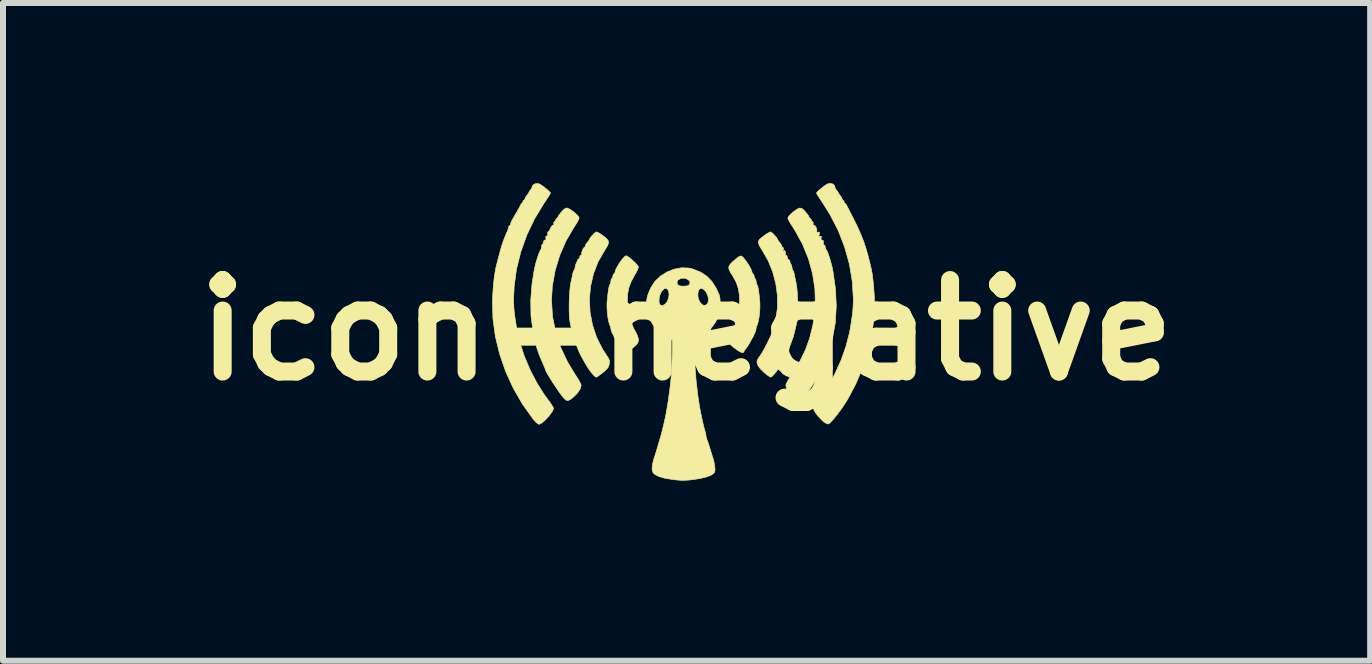
<source format=kicad_pcb>
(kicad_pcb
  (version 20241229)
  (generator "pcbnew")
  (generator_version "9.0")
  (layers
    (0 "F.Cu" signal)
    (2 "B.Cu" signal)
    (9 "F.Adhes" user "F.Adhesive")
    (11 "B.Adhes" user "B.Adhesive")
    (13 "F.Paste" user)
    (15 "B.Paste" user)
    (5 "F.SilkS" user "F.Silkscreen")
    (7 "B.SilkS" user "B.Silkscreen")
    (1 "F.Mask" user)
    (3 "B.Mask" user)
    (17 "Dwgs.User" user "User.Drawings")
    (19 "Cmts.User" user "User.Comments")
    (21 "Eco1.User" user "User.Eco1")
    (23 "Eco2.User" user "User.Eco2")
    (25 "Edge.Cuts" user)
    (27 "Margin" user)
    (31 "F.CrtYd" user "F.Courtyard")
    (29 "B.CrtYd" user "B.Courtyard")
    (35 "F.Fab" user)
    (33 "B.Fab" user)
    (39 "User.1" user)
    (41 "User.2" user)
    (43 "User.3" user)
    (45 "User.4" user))
  (footprint "icon-negative"
    (layer "F.Cu")
    (at 8.389 2.451)
    (property "Reference" "icon-negative" (at 0 0 0) (layer "F.SilkS") (effects (font (size 1.524 1.524) (thickness 0.3))))
    (attr through_hole)
    (fp_poly (pts (xy 0.92 -1.232) (xy 0.942 -1.213) (xy 0.962 -1.19) (xy 1.003 -1.137) (xy 1.041 -1.077) (xy 1.072 -1.02) (xy 1.089 -0.975) (xy 1.091 -0.962) (xy 1.101 -0.94) (xy 1.108 -0.938) (xy 1.122 -0.923) (xy 1.125 -0.904) (xy 1.133 -0.872) (xy 1.142 -0.861) (xy 1.156 -0.837) (xy 1.159 -0.812) (xy 1.166 -0.775) (xy 1.174 -0.758) (xy 1.186 -0.733) (xy 1.197 -0.681) (xy 1.208 -0.601) (xy 1.219 -0.489) (xy 1.221 -0.47) (xy 1.223 -0.394) (xy 1.219 -0.307) (xy 1.209 -0.22) (xy 1.195 -0.144) (xy 1.179 -0.089) (xy 1.175 -0.081) (xy 1.161 -0.043) (xy 1.159 -0.026) (xy 1.152 0.012) (xy 1.144 0.03) (xy 1.128 0.064) (xy 1.104 0.112) (xy 1.096 0.128) (xy 1.053 0.212) (xy 1.016 0.272) (xy 0.984 0.313) (xy 0.962 0.344) (xy 0.955 0.361) (xy 0.943 0.376) (xy 0.91 0.369) (xy 0.861 0.343) (xy 0.799 0.298) (xy 0.797 0.297) (xy 0.745 0.253) (xy 0.715 0.221) (xy 0.702 0.191) (xy 0.699 0.162) (xy 0.709 0.108) (xy 0.737 0.044) (xy 0.75 0.022) (xy 0.816 -0.105) (xy 0.858 -0.238) (xy 0.88 -0.388) (xy 0.883 -0.431) (xy 0.882 -0.569) (xy 0.865 -0.687) (xy 0.829 -0.795) (xy 0.769 -0.905) (xy 0.742 -0.947) (xy 0.709 -1.006) (xy 0.703 -1.053) (xy 0.726 -1.097) (xy 0.77 -1.141) (xy 0.83 -1.192) (xy 0.871 -1.223) (xy 0.899 -1.236) (xy 0.92 -1.232)) (stroke (width 0.01) (type solid)) (fill yes) (layer "F.SilkS"))
    (fp_poly (pts (xy -0.988 -1.233) (xy -0.978 -1.226) (xy -0.915 -1.178) (xy -0.861 -1.129) (xy -0.821 -1.086) (xy -0.802 -1.055) (xy -0.801 -1.05) (xy -0.81 -1.022) (xy -0.832 -0.975) (xy -0.864 -0.918) (xy -0.869 -0.909) (xy -0.926 -0.802) (xy -0.963 -0.702) (xy -0.982 -0.598) (xy -0.986 -0.477) (xy -0.985 -0.435) (xy -0.969 -0.282) (xy -0.936 -0.149) (xy -0.88 -0.026) (xy -0.852 0.022) (xy -0.82 0.087) (xy -0.802 0.146) (xy -0.801 0.162) (xy -0.805 0.195) (xy -0.82 0.224) (xy -0.852 0.258) (xy -0.899 0.297) (xy -0.961 0.342) (xy -1.011 0.368) (xy -1.044 0.376) (xy -1.057 0.362) (xy -1.057 0.361) (xy -1.067 0.339) (xy -1.087 0.313) (xy -1.122 0.268) (xy -1.159 0.205) (xy -1.198 0.128) (xy -1.222 0.079) (xy -1.242 0.039) (xy -1.247 0.03) (xy -1.259 -0.009) (xy -1.261 -0.026) (xy -1.269 -0.063) (xy -1.277 -0.081) (xy -1.294 -0.13) (xy -1.309 -0.203) (xy -1.32 -0.289) (xy -1.325 -0.376) (xy -1.325 -0.455) (xy -1.324 -0.47) (xy -1.312 -0.586) (xy -1.301 -0.671) (xy -1.29 -0.727) (xy -1.279 -0.756) (xy -1.277 -0.758) (xy -1.264 -0.787) (xy -1.261 -0.812) (xy -1.255 -0.847) (xy -1.244 -0.861) (xy -1.23 -0.885) (xy -1.227 -0.904) (xy -1.22 -0.932) (xy -1.21 -0.938) (xy -1.195 -0.951) (xy -1.193 -0.962) (xy -1.184 -0.998) (xy -1.158 -1.051) (xy -1.122 -1.111) (xy -1.082 -1.168) (xy -1.064 -1.19) (xy -1.031 -1.226) (xy -1.009 -1.239) (xy -0.988 -1.233)) (stroke (width 0.01) (type solid)) (fill yes) (layer "F.SilkS"))
    (fp_poly (pts (xy -1.472 -1.626) (xy -1.424 -1.597) (xy -1.367 -1.555) (xy -1.334 -1.527) (xy -1.307 -1.496) (xy -1.299 -1.462) (xy -1.311 -1.418) (xy -1.345 -1.358) (xy -1.365 -1.327) (xy -1.473 -1.14) (xy -1.551 -0.939) (xy -1.599 -0.729) (xy -1.618 -0.515) (xy -1.607 -0.299) (xy -1.567 -0.086) (xy -1.498 0.12) (xy -1.4 0.316) (xy -1.335 0.415) (xy -1.301 0.466) (xy -1.286 0.504) (xy -1.284 0.542) (xy -1.287 0.564) (xy -1.299 0.605) (xy -1.322 0.641) (xy -1.364 0.682) (xy -1.395 0.707) (xy -1.444 0.745) (xy -1.482 0.772) (xy -1.502 0.784) (xy -1.503 0.784) (xy -1.523 0.773) (xy -1.542 0.757) (xy -1.585 0.709) (xy -1.63 0.648) (xy -1.679 0.569) (xy -1.736 0.467) (xy -1.772 0.401) (xy -1.804 0.329) (xy -1.84 0.234) (xy -1.875 0.126) (xy -1.907 0.015) (xy -1.933 -0.09) (xy -1.943 -0.145) (xy -1.952 -0.222) (xy -1.956 -0.323) (xy -1.956 -0.437) (xy -1.952 -0.554) (xy -1.945 -0.663) (xy -1.934 -0.754) (xy -1.927 -0.793) (xy -1.913 -0.855) (xy -1.901 -0.914) (xy -1.898 -0.933) (xy -1.887 -0.974) (xy -1.874 -0.998) (xy -1.873 -0.998) (xy -1.861 -1.021) (xy -1.858 -1.041) (xy -1.85 -1.085) (xy -1.842 -1.104) (xy -1.823 -1.146) (xy -1.817 -1.165) (xy -1.803 -1.186) (xy -1.793 -1.187) (xy -1.783 -1.194) (xy -1.78 -1.215) (xy -1.773 -1.244) (xy -1.759 -1.248) (xy -1.745 -1.254) (xy -1.747 -1.261) (xy -1.748 -1.287) (xy -1.738 -1.324) (xy -1.721 -1.36) (xy -1.704 -1.38) (xy -1.701 -1.381) (xy -1.689 -1.394) (xy -1.688 -1.403) (xy -1.677 -1.431) (xy -1.654 -1.462) (xy -1.629 -1.491) (xy -1.619 -1.509) (xy -1.608 -1.533) (xy -1.581 -1.567) (xy -1.548 -1.603) (xy -1.518 -1.629) (xy -1.503 -1.637) (xy -1.472 -1.626)) (stroke (width 0.01) (type solid)) (fill yes) (layer "F.SilkS"))
    (fp_poly (pts (xy 2.437 -2.435) (xy 2.466 -2.408) (xy 2.472 -2.386) (xy 2.484 -2.351) (xy 2.497 -2.335) (xy 2.519 -2.31) (xy 2.523 -2.299) (xy 2.534 -2.276) (xy 2.557 -2.246) (xy 2.582 -2.213) (xy 2.591 -2.187) (xy 2.601 -2.167) (xy 2.608 -2.165) (xy 2.623 -2.151) (xy 2.625 -2.139) (xy 2.632 -2.117) (xy 2.638 -2.114) (xy 2.655 -2.1) (xy 2.67 -2.075) (xy 2.686 -2.045) (xy 2.712 -1.993) (xy 2.747 -1.925) (xy 2.781 -1.858) (xy 2.848 -1.723) (xy 2.902 -1.602) (xy 2.948 -1.486) (xy 2.988 -1.366) (xy 3.027 -1.231) (xy 3.066 -1.073) (xy 3.072 -1.048) (xy 3.095 -0.93) (xy 3.113 -0.781) (xy 3.126 -0.606) (xy 3.13 -0.528) (xy 3.127 -0.246) (xy 3.093 0.043) (xy 3.029 0.334) (xy 2.937 0.622) (xy 2.817 0.904) (xy 2.681 1.159) (xy 2.633 1.235) (xy 2.579 1.313) (xy 2.523 1.389) (xy 2.469 1.458) (xy 2.421 1.513) (xy 2.383 1.551) (xy 2.361 1.564) (xy 2.327 1.554) (xy 2.281 1.523) (xy 2.253 1.498) (xy 2.197 1.439) (xy 2.151 1.38) (xy 2.122 1.33) (xy 2.114 1.301) (xy 2.124 1.28) (xy 2.15 1.238) (xy 2.189 1.182) (xy 2.23 1.126) (xy 2.358 0.936) (xy 2.474 0.724) (xy 2.575 0.5) (xy 2.656 0.272) (xy 2.713 0.05) (xy 2.726 -0.017) (xy 2.746 -0.139) (xy 2.76 -0.237) (xy 2.77 -0.317) (xy 2.775 -0.389) (xy 2.778 -0.461) (xy 2.779 -0.527) (xy 2.762 -0.811) (xy 2.714 -1.098) (xy 2.635 -1.383) (xy 2.527 -1.66) (xy 2.391 -1.925) (xy 2.277 -2.106) (xy 2.233 -2.172) (xy 2.197 -2.228) (xy 2.173 -2.268) (xy 2.165 -2.285) (xy 2.178 -2.303) (xy 2.21 -2.334) (xy 2.254 -2.37) (xy 2.3 -2.406) (xy 2.342 -2.433) (xy 2.35 -2.437) (xy 2.395 -2.446) (xy 2.437 -2.435)) (stroke (width 0.01) (type solid)) (fill yes) (layer "F.SilkS"))
    (fp_poly (pts (xy 1.422 -1.624) (xy 1.454 -1.595) (xy 1.487 -1.558) (xy 1.511 -1.525) (xy 1.517 -1.509) (xy 1.528 -1.49) (xy 1.551 -1.462) (xy 1.576 -1.428) (xy 1.585 -1.403) (xy 1.597 -1.383) (xy 1.604 -1.381) (xy 1.616 -1.366) (xy 1.612 -1.334) (xy 1.608 -1.305) (xy 1.614 -1.307) (xy 1.618 -1.312) (xy 1.633 -1.328) (xy 1.644 -1.312) (xy 1.646 -1.309) (xy 1.649 -1.275) (xy 1.645 -1.262) (xy 1.647 -1.248) (xy 1.657 -1.248) (xy 1.674 -1.238) (xy 1.678 -1.215) (xy 1.685 -1.185) (xy 1.699 -1.176) (xy 1.718 -1.162) (xy 1.722 -1.143) (xy 1.73 -1.111) (xy 1.739 -1.1) (xy 1.752 -1.076) (xy 1.756 -1.048) (xy 1.762 -1.013) (xy 1.771 -0.998) (xy 1.784 -0.977) (xy 1.795 -0.936) (xy 1.796 -0.933) (xy 1.805 -0.883) (xy 1.819 -0.819) (xy 1.824 -0.793) (xy 1.837 -0.716) (xy 1.846 -0.615) (xy 1.852 -0.502) (xy 1.854 -0.385) (xy 1.852 -0.276) (xy 1.846 -0.184) (xy 1.841 -0.145) (xy 1.783 0.098) (xy 1.696 0.337) (xy 1.595 0.537) (xy 1.55 0.611) (xy 1.504 0.678) (xy 1.46 0.734) (xy 1.424 0.771) (xy 1.401 0.784) (xy 1.383 0.774) (xy 1.346 0.748) (xy 1.299 0.71) (xy 1.297 0.709) (xy 1.234 0.649) (xy 1.193 0.593) (xy 1.184 0.573) (xy 1.174 0.538) (xy 1.176 0.509) (xy 1.192 0.476) (xy 1.223 0.431) (xy 1.256 0.381) (xy 1.295 0.312) (xy 1.337 0.232) (xy 1.378 0.148) (xy 1.415 0.071) (xy 1.441 0.006) (xy 1.454 -0.034) (xy 1.463 -0.072) (xy 1.476 -0.131) (xy 1.49 -0.196) (xy 1.516 -0.382) (xy 1.514 -0.578) (xy 1.487 -0.778) (xy 1.434 -0.975) (xy 1.358 -1.162) (xy 1.263 -1.327) (xy 1.22 -1.396) (xy 1.199 -1.446) (xy 1.199 -1.483) (xy 1.218 -1.515) (xy 1.232 -1.527) (xy 1.291 -1.574) (xy 1.345 -1.611) (xy 1.386 -1.633) (xy 1.4 -1.637) (xy 1.422 -1.624)) (stroke (width 0.01) (type solid)) (fill yes) (layer "F.SilkS"))
    (fp_poly (pts (xy -2.45 -2.436) (xy -2.412 -2.412) (xy -2.367 -2.379) (xy -2.322 -2.342) (xy -2.286 -2.31) (xy -2.268 -2.288) (xy -2.267 -2.285) (xy -2.276 -2.266) (xy -2.301 -2.225) (xy -2.338 -2.169) (xy -2.38 -2.106) (xy -2.534 -1.852) (xy -2.662 -1.583) (xy -2.762 -1.303) (xy -2.833 -1.018) (xy -2.872 -0.731) (xy -2.881 -0.527) (xy -2.88 -0.448) (xy -2.877 -0.377) (xy -2.871 -0.304) (xy -2.86 -0.221) (xy -2.845 -0.12) (xy -2.828 -0.017) (xy -2.779 0.201) (xy -2.705 0.428) (xy -2.61 0.654) (xy -2.498 0.871) (xy -2.374 1.069) (xy -2.332 1.126) (xy -2.286 1.189) (xy -2.248 1.244) (xy -2.224 1.283) (xy -2.216 1.301) (xy -2.228 1.338) (xy -2.26 1.388) (xy -2.304 1.443) (xy -2.354 1.496) (xy -2.402 1.539) (xy -2.443 1.564) (xy -2.459 1.568) (xy -2.484 1.555) (xy -2.52 1.523) (xy -2.558 1.479) (xy -2.736 1.229) (xy -2.889 0.963) (xy -3.016 0.683) (xy -3.115 0.395) (xy -3.186 0.102) (xy -3.226 -0.192) (xy -3.234 -0.483) (xy -3.232 -0.528) (xy -3.221 -0.713) (xy -3.205 -0.873) (xy -3.184 -1.004) (xy -3.175 -1.048) (xy -3.155 -1.128) (xy -3.132 -1.217) (xy -3.109 -1.302) (xy -3.09 -1.372) (xy -3.082 -1.398) (xy -3.055 -1.48) (xy -3.022 -1.564) (xy -2.991 -1.637) (xy -2.981 -1.658) (xy -2.968 -1.696) (xy -2.966 -1.713) (xy -2.957 -1.736) (xy -2.949 -1.739) (xy -2.934 -1.753) (xy -2.932 -1.764) (xy -2.929 -1.783) (xy -2.917 -1.811) (xy -2.895 -1.854) (xy -2.859 -1.917) (xy -2.823 -1.977) (xy -2.795 -2.027) (xy -2.773 -2.069) (xy -2.767 -2.084) (xy -2.752 -2.109) (xy -2.743 -2.114) (xy -2.729 -2.128) (xy -2.728 -2.139) (xy -2.718 -2.162) (xy -2.71 -2.165) (xy -2.695 -2.179) (xy -2.693 -2.187) (xy -2.683 -2.215) (xy -2.659 -2.246) (xy -2.635 -2.278) (xy -2.625 -2.299) (xy -2.614 -2.321) (xy -2.6 -2.335) (xy -2.578 -2.368) (xy -2.574 -2.386) (xy -2.559 -2.417) (xy -2.524 -2.438) (xy -2.479 -2.444) (xy -2.45 -2.436)) (stroke (width 0.01) (type solid)) (fill yes) (layer "F.SilkS"))
    (fp_poly (pts (xy -1.983 -2.034) (xy -1.941 -2.013) (xy -1.892 -1.979) (xy -1.845 -1.94) (xy -1.808 -1.903) (xy -1.79 -1.875) (xy -1.79 -1.871) (xy -1.799 -1.843) (xy -1.823 -1.796) (xy -1.859 -1.738) (xy -1.873 -1.717) (xy -2.007 -1.489) (xy -2.113 -1.245) (xy -2.19 -0.992) (xy -2.236 -0.733) (xy -2.25 -0.496) (xy -2.233 -0.229) (xy -2.182 0.032) (xy -2.098 0.287) (xy -1.98 0.534) (xy -1.857 0.737) (xy -1.815 0.801) (xy -1.781 0.859) (xy -1.761 0.901) (xy -1.756 0.918) (xy -1.772 0.979) (xy -1.818 1.048) (xy -1.878 1.109) (xy -1.933 1.154) (xy -1.973 1.172) (xy -2.007 1.166) (xy -2.04 1.138) (xy -2.04 1.138) (xy -2.075 1.095) (xy -2.119 1.036) (xy -2.167 0.965) (xy -2.218 0.89) (xy -2.265 0.816) (xy -2.306 0.749) (xy -2.336 0.695) (xy -2.351 0.661) (xy -2.352 0.655) (xy -2.359 0.636) (xy -2.375 0.597) (xy -2.388 0.567) (xy -2.431 0.468) (xy -2.464 0.386) (xy -2.49 0.309) (xy -2.512 0.23) (xy -2.533 0.138) (xy -2.556 0.024) (xy -2.562 -0.009) (xy -2.592 -0.245) (xy -2.596 -0.501) (xy -2.574 -0.774) (xy -2.541 -0.986) (xy -2.526 -1.057) (xy -2.506 -1.135) (xy -2.483 -1.21) (xy -2.461 -1.275) (xy -2.441 -1.321) (xy -2.43 -1.338) (xy -2.416 -1.368) (xy -2.417 -1.383) (xy -2.413 -1.414) (xy -2.405 -1.423) (xy -2.389 -1.447) (xy -2.387 -1.467) (xy -2.375 -1.494) (xy -2.36 -1.5) (xy -2.341 -1.51) (xy -2.344 -1.534) (xy -2.345 -1.562) (xy -2.33 -1.568) (xy -2.312 -1.58) (xy -2.313 -1.602) (xy -2.314 -1.63) (xy -2.307 -1.637) (xy -2.291 -1.651) (xy -2.271 -1.686) (xy -2.267 -1.697) (xy -2.247 -1.734) (xy -2.227 -1.75) (xy -2.223 -1.749) (xy -2.21 -1.754) (xy -2.212 -1.774) (xy -2.211 -1.801) (xy -2.201 -1.807) (xy -2.184 -1.821) (xy -2.182 -1.833) (xy -2.173 -1.855) (xy -2.165 -1.858) (xy -2.148 -1.871) (xy -2.148 -1.875) (xy -2.135 -1.904) (xy -2.099 -1.952) (xy -2.051 -2.006) (xy -2.01 -2.034) (xy -1.983 -2.034)) (stroke (width 0.01) (type solid)) (fill yes) (layer "F.SilkS"))
    (fp_poly (pts (xy 1.918 -2.03) (xy 1.949 -2.006) (xy 2.003 -1.945) (xy 2.036 -1.899) (xy 2.046 -1.875) (xy 2.059 -1.859) (xy 2.063 -1.858) (xy 2.078 -1.844) (xy 2.08 -1.833) (xy 2.09 -1.81) (xy 2.099 -1.807) (xy 2.111 -1.794) (xy 2.109 -1.774) (xy 2.109 -1.75) (xy 2.12 -1.749) (xy 2.14 -1.741) (xy 2.159 -1.712) (xy 2.171 -1.675) (xy 2.171 -1.644) (xy 2.171 -1.644) (xy 2.171 -1.627) (xy 2.191 -1.631) (xy 2.212 -1.634) (xy 2.214 -1.616) (xy 2.21 -1.597) (xy 2.205 -1.566) (xy 2.216 -1.56) (xy 2.226 -1.563) (xy 2.246 -1.565) (xy 2.245 -1.544) (xy 2.242 -1.537) (xy 2.24 -1.508) (xy 2.26 -1.5) (xy 2.28 -1.491) (xy 2.28 -1.459) (xy 2.28 -1.458) (xy 2.28 -1.427) (xy 2.291 -1.42) (xy 2.306 -1.409) (xy 2.31 -1.389) (xy 2.319 -1.353) (xy 2.329 -1.338) (xy 2.344 -1.312) (xy 2.364 -1.261) (xy 2.386 -1.194) (xy 2.408 -1.118) (xy 2.428 -1.041) (xy 2.439 -0.986) (xy 2.482 -0.685) (xy 2.495 -0.399) (xy 2.479 -0.125) (xy 2.432 0.138) (xy 2.356 0.395) (xy 2.295 0.547) (xy 2.274 0.596) (xy 2.257 0.637) (xy 2.255 0.641) (xy 2.223 0.709) (xy 2.18 0.787) (xy 2.129 0.87) (xy 2.074 0.953) (xy 2.019 1.03) (xy 1.968 1.095) (xy 1.924 1.143) (xy 1.892 1.169) (xy 1.884 1.172) (xy 1.851 1.163) (xy 1.805 1.134) (xy 1.776 1.11) (xy 1.706 1.037) (xy 1.665 0.969) (xy 1.654 0.918) (xy 1.663 0.892) (xy 1.687 0.844) (xy 1.724 0.782) (xy 1.769 0.712) (xy 1.77 0.711) (xy 1.889 0.516) (xy 1.982 0.326) (xy 2.052 0.131) (xy 2.104 -0.08) (xy 2.122 -0.18) (xy 2.146 -0.431) (xy 2.139 -0.685) (xy 2.1 -0.94) (xy 2.031 -1.19) (xy 1.932 -1.433) (xy 1.806 -1.662) (xy 1.771 -1.717) (xy 1.733 -1.776) (xy 1.704 -1.828) (xy 1.689 -1.864) (xy 1.688 -1.871) (xy 1.701 -1.896) (xy 1.734 -1.932) (xy 1.78 -1.972) (xy 1.829 -2.007) (xy 1.873 -2.032) (xy 1.88 -2.034) (xy 1.918 -2.03)) (stroke (width 0.01) (type solid)) (fill yes) (layer "F.SilkS"))
    (fp_poly (pts (xy 0.037 -1.035) (xy 0.101 -1.02) (xy 0.23 -0.969) (xy 0.335 -0.901) (xy 0.422 -0.813) (xy 0.494 -0.699) (xy 0.543 -0.592) (xy 0.556 -0.538) (xy 0.561 -0.465) (xy 0.561 -0.385) (xy 0.553 -0.312) (xy 0.544 -0.271) (xy 0.485 -0.136) (xy 0.4 -0.019) (xy 0.295 0.075) (xy 0.214 0.122) (xy 0.136 0.16) (xy 0.137 0.408) (xy 0.142 0.612) (xy 0.159 0.835) (xy 0.185 1.067) (xy 0.206 1.21) (xy 0.219 1.288) (xy 0.236 1.377) (xy 0.255 1.468) (xy 0.274 1.553) (xy 0.291 1.624) (xy 0.305 1.673) (xy 0.308 1.684) (xy 0.321 1.729) (xy 0.324 1.757) (xy 0.332 1.801) (xy 0.339 1.82) (xy 0.351 1.85) (xy 0.369 1.903) (xy 0.389 1.967) (xy 0.392 1.977) (xy 0.412 2.044) (xy 0.43 2.102) (xy 0.443 2.14) (xy 0.444 2.143) (xy 0.455 2.182) (xy 0.466 2.238) (xy 0.47 2.267) (xy 0.475 2.324) (xy 0.469 2.361) (xy 0.452 2.386) (xy 0.403 2.42) (xy 0.322 2.449) (xy 0.212 2.474) (xy 0.121 2.488) (xy 0.035 2.498) (xy -0.033 2.502) (xy -0.096 2.502) (xy -0.168 2.496) (xy -0.247 2.486) (xy -0.367 2.466) (xy -0.461 2.438) (xy -0.527 2.405) (xy -0.557 2.376) (xy -0.574 2.322) (xy -0.57 2.245) (xy -0.544 2.143) (xy -0.534 2.114) (xy -0.515 2.055) (xy -0.498 2) (xy -0.494 1.986) (xy -0.482 1.944) (xy -0.464 1.882) (xy -0.444 1.816) (xy -0.423 1.743) (xy -0.403 1.671) (xy -0.391 1.619) (xy -0.376 1.554) (xy -0.361 1.487) (xy -0.358 1.475) (xy -0.339 1.382) (xy -0.319 1.265) (xy -0.298 1.13) (xy -0.279 0.986) (xy -0.266 0.878) (xy -0.258 0.802) (xy -0.251 0.712) (xy -0.246 0.613) (xy -0.241 0.511) (xy -0.237 0.412) (xy -0.235 0.322) (xy -0.234 0.247) (xy -0.236 0.193) (xy -0.239 0.166) (xy -0.24 0.164) (xy -0.258 0.153) (xy -0.296 0.133) (xy -0.322 0.12) (xy -0.442 0.041) (xy -0.54 -0.061) (xy -0.611 -0.181) (xy -0.653 -0.315) (xy -0.665 -0.436) (xy -0.664 -0.477) (xy -0.459 -0.477) (xy -0.45 -0.435) (xy -0.427 -0.412) (xy -0.392 -0.413) (xy -0.354 -0.435) (xy -0.322 -0.477) (xy -0.322 -0.477) (xy -0.298 -0.537) (xy -0.292 -0.591) (xy 0.188 -0.591) (xy 0.196 -0.526) (xy 0.219 -0.472) (xy 0.251 -0.433) (xy 0.287 -0.412) (xy 0.322 -0.415) (xy 0.352 -0.446) (xy 0.356 -0.453) (xy 0.366 -0.511) (xy 0.354 -0.578) (xy 0.323 -0.641) (xy 0.306 -0.661) (xy 0.263 -0.694) (xy 0.227 -0.694) (xy 0.2 -0.665) (xy 0.188 -0.608) (xy 0.188 -0.591) (xy -0.292 -0.591) (xy -0.291 -0.597) (xy -0.298 -0.648) (xy -0.317 -0.683) (xy -0.348 -0.697) (xy -0.366 -0.693) (xy -0.405 -0.662) (xy -0.436 -0.608) (xy -0.455 -0.543) (xy -0.459 -0.477) (xy -0.664 -0.477) (xy -0.663 -0.498) (xy -0.656 -0.55) (xy -0.64 -0.602) (xy -0.613 -0.667) (xy -0.59 -0.715) (xy -0.531 -0.805) (xy -0.159 -0.805) (xy -0.153 -0.767) (xy -0.153 -0.767) (xy -0.134 -0.745) (xy -0.099 -0.735) (xy -0.051 -0.733) (xy 0.004 -0.736) (xy 0.036 -0.748) (xy 0.051 -0.767) (xy 0.059 -0.798) (xy 0.041 -0.828) (xy 0.034 -0.835) (xy -0.007 -0.86) (xy -0.055 -0.867) (xy -0.102 -0.858) (xy -0.14 -0.836) (xy -0.159 -0.805) (xy -0.531 -0.805) (xy -0.524 -0.815) (xy -0.434 -0.901) (xy -0.326 -0.969) (xy -0.207 -1.016) (xy -0.084 -1.039) (xy 0.037 -1.035)) (stroke (width 0.01) (type solid)) (fill yes) (layer "F.SilkS")))
  (gr_rect
    (start -3 -3)
    (end 19.779 7.959)
    (stroke (width 0.1) (type default))
    (fill no)
    (layer "Edge.Cuts")))
</source>
